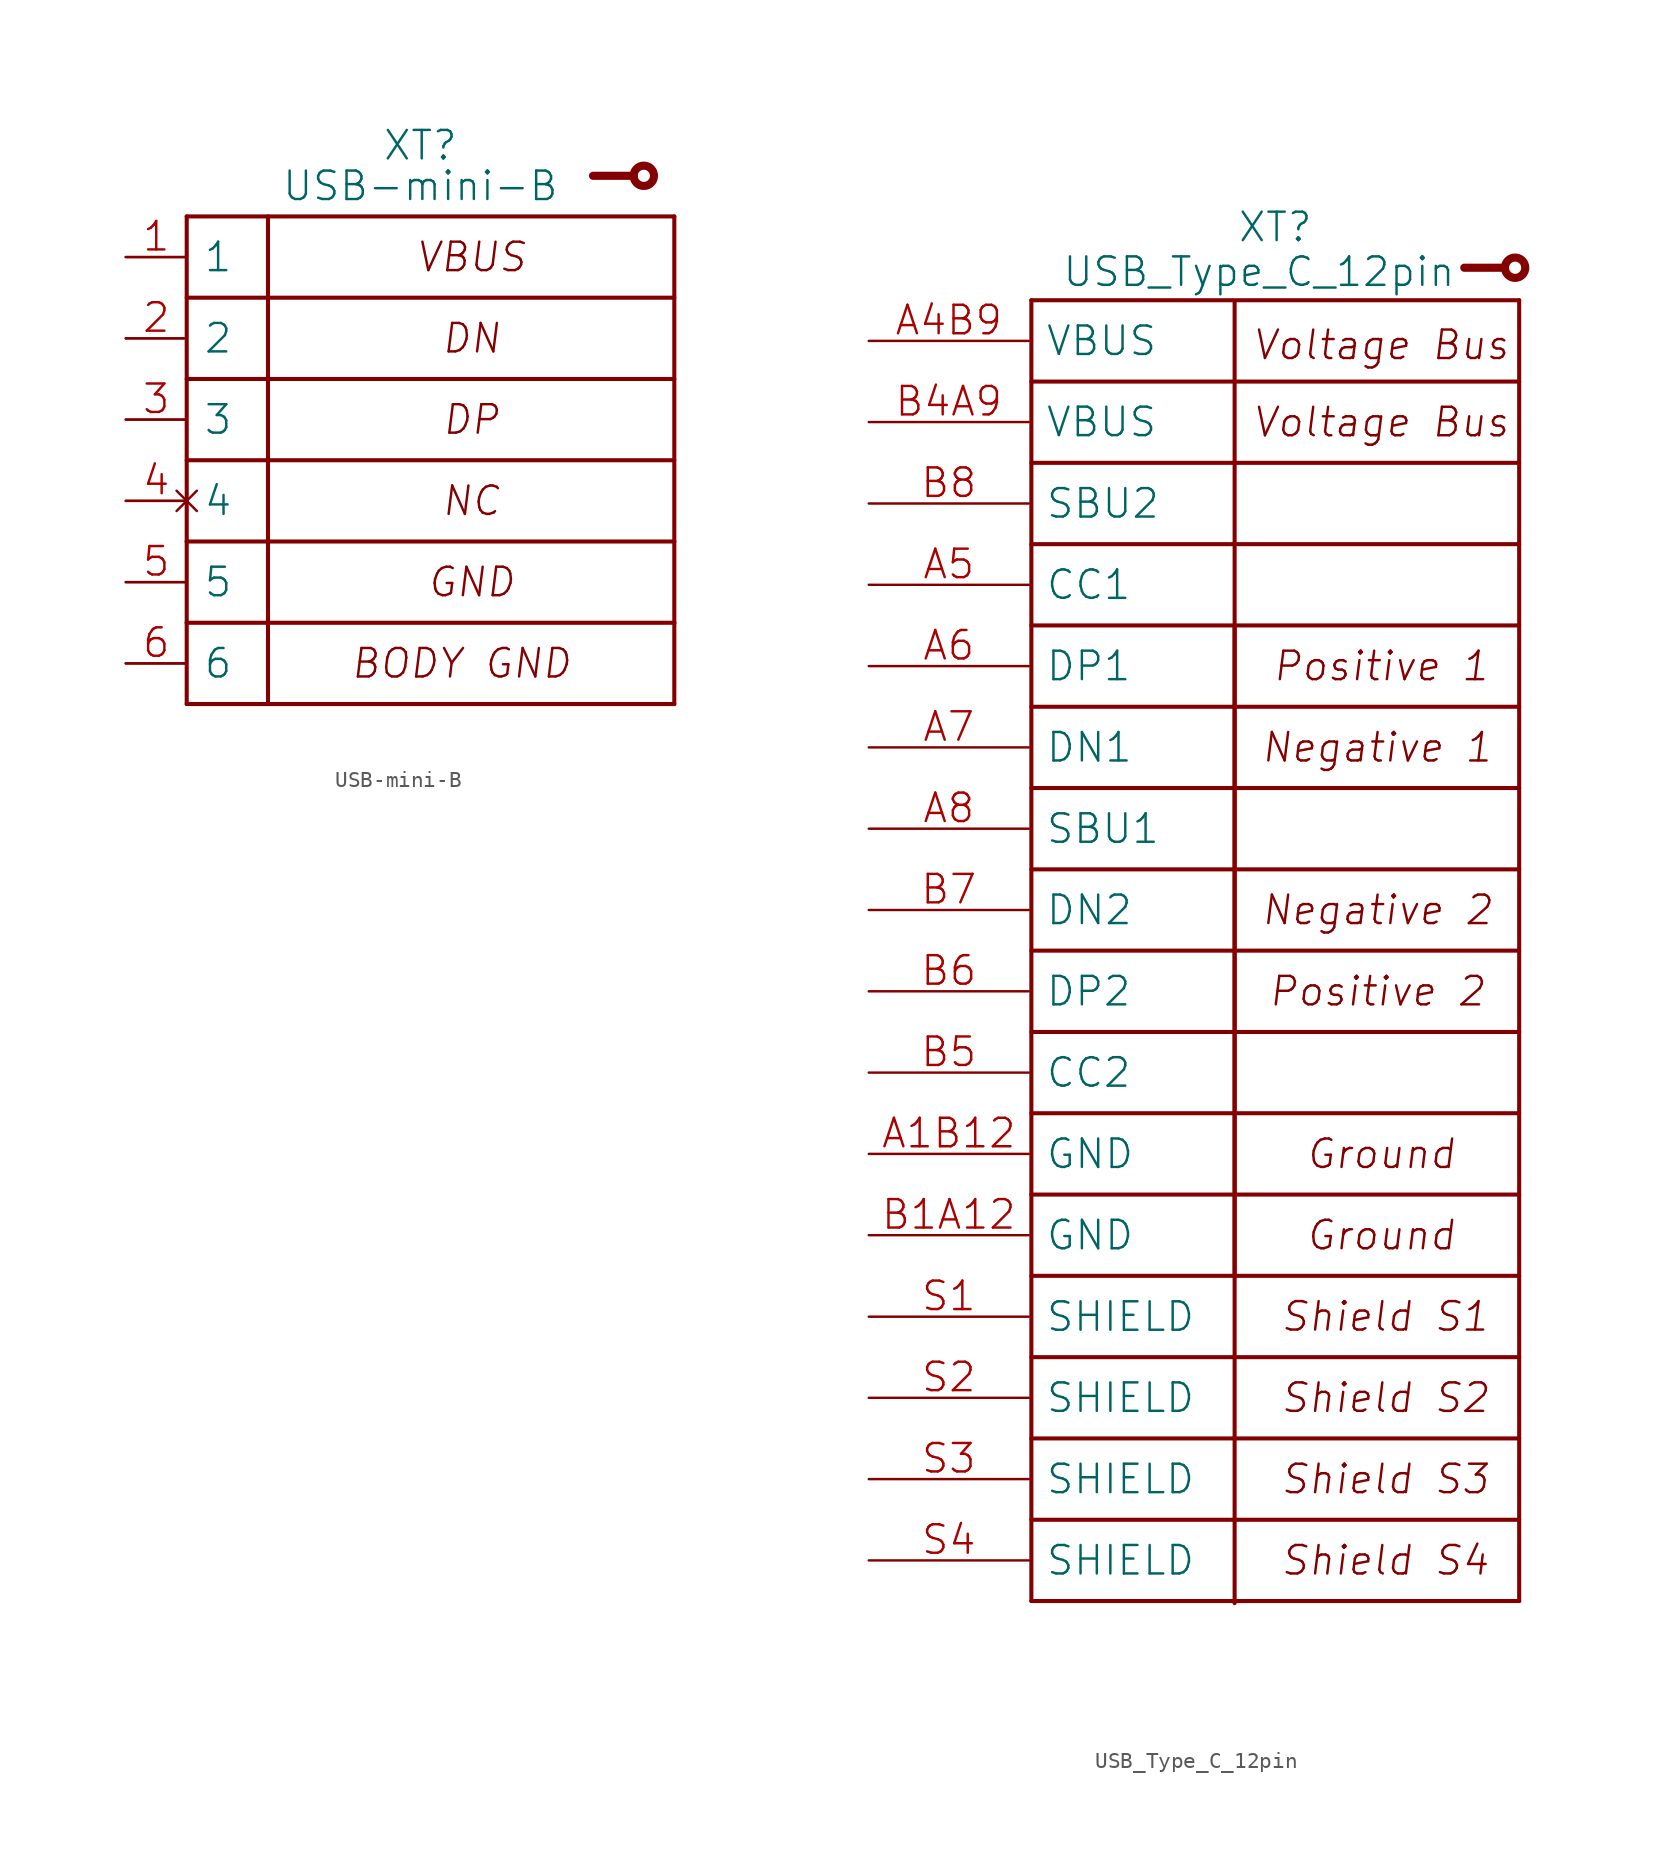
<source format=kicad_sym>
(kicad_symbol_lib
  (version 20211014)
  (generator kicad_symbol_editor)
  (symbol "USB-mini-B"
    (pin_names
      (offset 1.016))
    (property "Reference" "XT"
      (at -1.905 34.925 0)
      (effects (font (size 1.778 1.778))))
    (property "Value" "USB-mini-B"
      (at -1.905 32.385 0)
      (effects (font (size 1.778 1.778))))
    (symbol "USB-mini-B_0_0"
      (text "VBUS" (at 1.27 27.94 0) (effects (font (size 1.778 1.778) italic))))
    (symbol "USB-mini-B_1_1"
      (polyline (pts (xy -20.32 2.54) (xy -16.51 2.54)) (stroke (width 0) (type default) (color 0 0 0 0)) (fill (type none)))
      (polyline (pts (xy -20.32 7.62) (xy -16.51 7.62)) (stroke (width 0) (type default) (color 0 0 0 0)) (fill (type none)))
      (polyline (pts (xy -20.32 12.7) (xy -16.51 12.7)) (stroke (width 0) (type default) (color 0 0 0 0)) (fill (type none)))
      (polyline (pts (xy -20.32 17.78) (xy -16.51 17.78)) (stroke (width 0) (type default) (color 0 0 0 0)) (fill (type none)))
      (polyline (pts (xy -20.32 22.86) (xy -16.51 22.86)) (stroke (width 0) (type default) (color 0 0 0 0)) (fill (type none)))
      (polyline (pts (xy -20.32 27.94) (xy -16.51 27.94)) (stroke (width 0) (type default) (color 0 0 0 0)) (fill (type none)))
      (polyline (pts (xy -16.51 0) (xy -16.51 5.08)) (stroke (width 0.254) (type default) (color 0 0 0 0)) (fill (type none)))
      (polyline (pts (xy -16.51 0) (xy 13.97 0)) (stroke (width 0.254) (type default) (color 0 0 0 0)) (fill (type none)))
      (polyline (pts (xy -16.51 5.08) (xy -16.51 10.16)) (stroke (width 0.254) (type default) (color 0 0 0 0)) (fill (type none)))
      (polyline (pts (xy -16.51 5.08) (xy 13.97 5.08)) (stroke (width 0.254) (type default) (color 0 0 0 0)) (fill (type none)))
      (polyline (pts (xy -16.51 10.16) (xy 13.97 10.16)) (stroke (width 0.254) (type default) (color 0 0 0 0)) (fill (type none)))
      (polyline (pts (xy -16.51 15.24) (xy 13.97 15.24)) (stroke (width 0.254) (type default) (color 0 0 0 0)) (fill (type none)))
      (polyline (pts (xy -16.51 20.32) (xy 13.97 20.32)) (stroke (width 0.254) (type default) (color 0 0 0 0)) (fill (type none)))
      (polyline (pts (xy -16.51 25.4) (xy 13.97 25.4)) (stroke (width 0.254) (type default) (color 0 0 0 0)) (fill (type none)))
      (polyline (pts (xy -16.51 30.48) (xy -16.51 10.16)) (stroke (width 0.254) (type default) (color 0 0 0 0)) (fill (type none)))
      (polyline (pts (xy -16.51 30.48) (xy 13.97 30.48)) (stroke (width 0.254) (type default) (color 0 0 0 0)) (fill (type none)))
      (polyline (pts (xy -11.43 5.08) (xy -11.43 0)) (stroke (width 0.254) (type default) (color 0 0 0 0)) (fill (type none)))
      (polyline (pts (xy -11.43 10.16) (xy -11.43 5.08)) (stroke (width 0.254) (type default) (color 0 0 0 0)) (fill (type none)))
      (polyline (pts (xy -11.43 30.48) (xy -11.43 10.16)) (stroke (width 0.254) (type default) (color 0 0 0 0)) (fill (type none)))
      (polyline (pts (xy 11.43 33.02) (xy 8.89 33.02)) (stroke (width 0.508) (type default) (color 0 0 0 0)) (fill (type none)))
      (polyline (pts (xy 13.97 5.08) (xy 13.97 0)) (stroke (width 0.254) (type default) (color 0 0 0 0)) (fill (type none)))
      (polyline (pts (xy 13.97 10.16) (xy 13.97 5.08)) (stroke (width 0.254) (type default) (color 0 0 0 0)) (fill (type none)))
      (polyline (pts (xy 13.97 30.48) (xy 13.97 10.16)) (stroke (width 0.254) (type default) (color 0 0 0 0)) (fill (type none)))
      (circle (center 12.065 33.02) (radius 0.635) (stroke (width 0.508) (type default) (color 0 0 0 0)) (fill (type none)))
      (text "BODY GND" (at 0.635 2.54 0) (effects (font (size 1.778 1.778) italic)))
      (text "DN" (at 1.27 22.86 0) (effects (font (size 1.778 1.778) italic)))
      (text "DP" (at 1.27 17.78 0) (effects (font (size 1.778 1.778) italic)))
      (text "GND" (at 1.27 7.62 0) (effects (font (size 1.778 1.778) italic)))
      (text "NC" (at 1.27 12.7 0) (effects (font (size 1.778 1.778) italic)))
      (pin power_out line (at -20.32 27.94 0) (length 3.81) (name "1" (effects (font (size 1.778 1.778)))) (number "1" (effects (font (size 1.778 1.778)))))
      (pin passive line (at -20.32 22.86 0) (length 3.81) (name "2" (effects (font (size 1.778 1.778)))) (number "2" (effects (font (size 1.778 1.778)))))
      (pin passive line (at -20.32 17.78 0) (length 3.81) (name "3" (effects (font (size 1.778 1.778)))) (number "3" (effects (font (size 1.778 1.778)))))
      (pin passive non_logic (at -20.32 12.7 0) (length 3.81) (name "4" (effects (font (size 1.778 1.778)))) (number "4" (effects (font (size 1.778 1.778)))))
      (pin power_in line (at -20.32 7.62 0) (length 3.81) (name "5" (effects (font (size 1.778 1.778)))) (number "5" (effects (font (size 1.778 1.778)))))
      (pin power_in line (at -20.32 2.54 0) (length 3.81) (name "6" (effects (font (size 1.778 1.778)))) (number "6" (effects (font (size 1.778 1.778)))))))
  (symbol "USB_Type_C_12pin"
    (pin_names
      (offset 1.016))
    (property "Reference" "XT"
      (at 15.24 4.572 0)
      (effects (font (size 1.778 1.778))))
    (property "Value" "USB_Type_C_12pin"
      (at 14.224 1.778 0)
      (effects (font (size 1.778 1.778))))
    (symbol "USB_Type_C_12pin_0_1"
      (polyline (pts (xy 0 0) (xy 0 -81.28)) (stroke (width 0.254) (type default) (color 0 0 0 0)) (fill (type none)))
      (polyline (pts (xy 12.7 -0.127) (xy 12.7 -81.407)) (stroke (width 0.254) (type default) (color 0 0 0 0)) (fill (type none)))
      (polyline (pts (xy 30.48 0) (xy 30.48 -81.28)) (stroke (width 0.254) (type default) (color 0 0 0 0)) (fill (type none))))
    (symbol "USB_Type_C_12pin_1_1"
      (polyline (pts (xy 0 -81.28) (xy 30.48 -81.28)) (stroke (width 0.254) (type default) (color 0 0 0 0)) (fill (type none)))
      (polyline (pts (xy 0 -76.2) (xy 30.48 -76.2)) (stroke (width 0.254) (type default) (color 0 0 0 0)) (fill (type none)))
      (polyline (pts (xy 0 -71.12) (xy 30.48 -71.12)) (stroke (width 0.254) (type default) (color 0 0 0 0)) (fill (type none)))
      (polyline (pts (xy 0 -66.04) (xy 30.48 -66.04)) (stroke (width 0.254) (type default) (color 0 0 0 0)) (fill (type none)))
      (polyline (pts (xy 0 -60.96) (xy 30.48 -60.96)) (stroke (width 0.254) (type default) (color 0 0 0 0)) (fill (type none)))
      (polyline (pts (xy 0 -55.88) (xy 30.48 -55.88)) (stroke (width 0.254) (type default) (color 0 0 0 0)) (fill (type none)))
      (polyline (pts (xy 0 -50.8) (xy 30.48 -50.8)) (stroke (width 0.254) (type default) (color 0 0 0 0)) (fill (type none)))
      (polyline (pts (xy 0 -45.72) (xy 30.48 -45.72)) (stroke (width 0.254) (type default) (color 0 0 0 0)) (fill (type none)))
      (polyline (pts (xy 0 -40.64) (xy 30.48 -40.64)) (stroke (width 0.254) (type default) (color 0 0 0 0)) (fill (type none)))
      (polyline (pts (xy 0 -35.56) (xy 30.48 -35.56)) (stroke (width 0.254) (type default) (color 0 0 0 0)) (fill (type none)))
      (polyline (pts (xy 0 -30.48) (xy 30.48 -30.48)) (stroke (width 0.254) (type default) (color 0 0 0 0)) (fill (type none)))
      (polyline (pts (xy 0 -25.4) (xy 30.48 -25.4)) (stroke (width 0.254) (type default) (color 0 0 0 0)) (fill (type none)))
      (polyline (pts (xy 0 -20.32) (xy 30.48 -20.32)) (stroke (width 0.254) (type default) (color 0 0 0 0)) (fill (type none)))
      (polyline (pts (xy 0 -15.24) (xy 30.48 -15.24)) (stroke (width 0.254) (type default) (color 0 0 0 0)) (fill (type none)))
      (polyline (pts (xy 0 -10.16) (xy 30.48 -10.16)) (stroke (width 0.254) (type default) (color 0 0 0 0)) (fill (type none)))
      (polyline (pts (xy 0 -5.08) (xy 30.48 -5.08)) (stroke (width 0.254) (type default) (color 0 0 0 0)) (fill (type none)))
      (polyline (pts (xy 0 0) (xy 30.48 0)) (stroke (width 0.254) (type default) (color 0 0 0 0)) (fill (type none)))
      (polyline (pts (xy 12.7 -40.64) (xy 12.7 -60.96)) (stroke (width 0.254) (type default) (color 0 0 0 0)) (fill (type none)))
      (polyline (pts (xy 12.7 -20.32) (xy 12.7 -40.64)) (stroke (width 0.254) (type default) (color 0 0 0 0)) (fill (type none)))
      (polyline (pts (xy 29.591 2.032) (xy 27.051 2.032)) (stroke (width 0.508) (type default) (color 0 0 0 0)) (fill (type none)))
      (circle (center 30.226 2.032) (radius 0.635) (stroke (width 0.508) (type default) (color 0 0 0 0)) (fill (type none)))
      (text "Ground" (at 21.844 -58.42 0) (effects (font (size 1.778 1.778) italic)))
      (text "Ground" (at 21.844 -53.34 0) (effects (font (size 1.778 1.778) italic)))
      (text "Negative 1" (at 21.59 -27.94 0) (effects (font (size 1.778 1.778) italic)))
      (text "Negative 2" (at 21.59 -38.1 0) (effects (font (size 1.778 1.778) italic)))
      (text "Positive 1" (at 21.844 -22.86 0) (effects (font (size 1.778 1.778) italic)))
      (text "Positive 2" (at 21.59 -43.18 0) (effects (font (size 1.778 1.778) italic)))
      (text "Shield S1" (at 22.098 -63.5 0) (effects (font (size 1.778 1.778) italic)))
      (text "Shield S2" (at 22.098 -68.58 0) (effects (font (size 1.778 1.778) italic)))
      (text "Shield S3" (at 22.098 -73.66 0) (effects (font (size 1.778 1.778) italic)))
      (text "Shield S4" (at 22.098 -78.74 0) (effects (font (size 1.778 1.778) italic)))
      (text "Voltage Bus" (at 21.844 -7.62 0) (effects (font (size 1.778 1.778) italic)))
      (text "Voltage Bus" (at 21.844 -2.794 0) (effects (font (size 1.778 1.778) italic)))
      (pin power_in line (at -10.16 -53.34 0) (length 10) (name "GND" (effects (font (size 1.778 1.778)))) (number "A1B12" (effects (font (size 1.778 1.778)))))
      (pin power_in line (at -10.16 -2.54 0) (length 10) (name "VBUS" (effects (font (size 1.778 1.778)))) (number "A4B9" (effects (font (size 1.778 1.778)))))
      (pin bidirectional line (at -10.16 -17.78 0) (length 10) (name "CC1" (effects (font (size 1.778 1.778)))) (number "A5" (effects (font (size 1.778 1.778)))))
      (pin bidirectional line (at -10.16 -22.86 0) (length 10) (name "DP1" (effects (font (size 1.778 1.778)))) (number "A6" (effects (font (size 1.778 1.778)))))
      (pin bidirectional line (at -10.16 -27.94 0) (length 10) (name "DN1" (effects (font (size 1.778 1.778)))) (number "A7" (effects (font (size 1.778 1.778)))))
      (pin bidirectional line (at -10.16 -33.02 0) (length 10) (name "SBU1" (effects (font (size 1.778 1.778)))) (number "A8" (effects (font (size 1.778 1.778)))))
      (pin power_in line (at -10.16 -58.42 0) (length 10) (name "GND" (effects (font (size 1.778 1.778)))) (number "B1A12" (effects (font (size 1.778 1.778)))))
      (pin power_in line (at -10.16 -7.612 0) (length 10) (name "VBUS" (effects (font (size 1.778 1.778)))) (number "B4A9" (effects (font (size 1.778 1.778)))))
      (pin bidirectional line (at -10.16 -48.26 0) (length 10) (name "CC2" (effects (font (size 1.778 1.778)))) (number "B5" (effects (font (size 1.778 1.778)))))
      (pin bidirectional line (at -10.16 -43.18 0) (length 10) (name "DP2" (effects (font (size 1.778 1.778)))) (number "B6" (effects (font (size 1.778 1.778)))))
      (pin bidirectional line (at -10.16 -38.1 0) (length 10) (name "DN2" (effects (font (size 1.778 1.778)))) (number "B7" (effects (font (size 1.778 1.778)))))
      (pin bidirectional line (at -10.16 -12.7 0) (length 10) (name "SBU2" (effects (font (size 1.778 1.778)))) (number "B8" (effects (font (size 1.778 1.778)))))
      (pin passive line (at -10.16 -63.513 0) (length 10) (name "SHIELD" (effects (font (size 1.778 1.778)))) (number "S1" (effects (font (size 1.778 1.778)))))
      (pin passive line (at -10.16 -68.58 0) (length 10) (name "SHIELD" (effects (font (size 1.778 1.778)))) (number "S2" (effects (font (size 1.778 1.778)))))
      (pin passive line (at -10.16 -73.66 0) (length 10) (name "SHIELD" (effects (font (size 1.778 1.778)))) (number "S3" (effects (font (size 1.778 1.778)))))
      (pin passive line (at -10.16 -78.74 0) (length 10) (name "SHIELD" (effects (font (size 1.778 1.778)))) (number "S4" (effects (font (size 1.778 1.778))))))))
</source>
